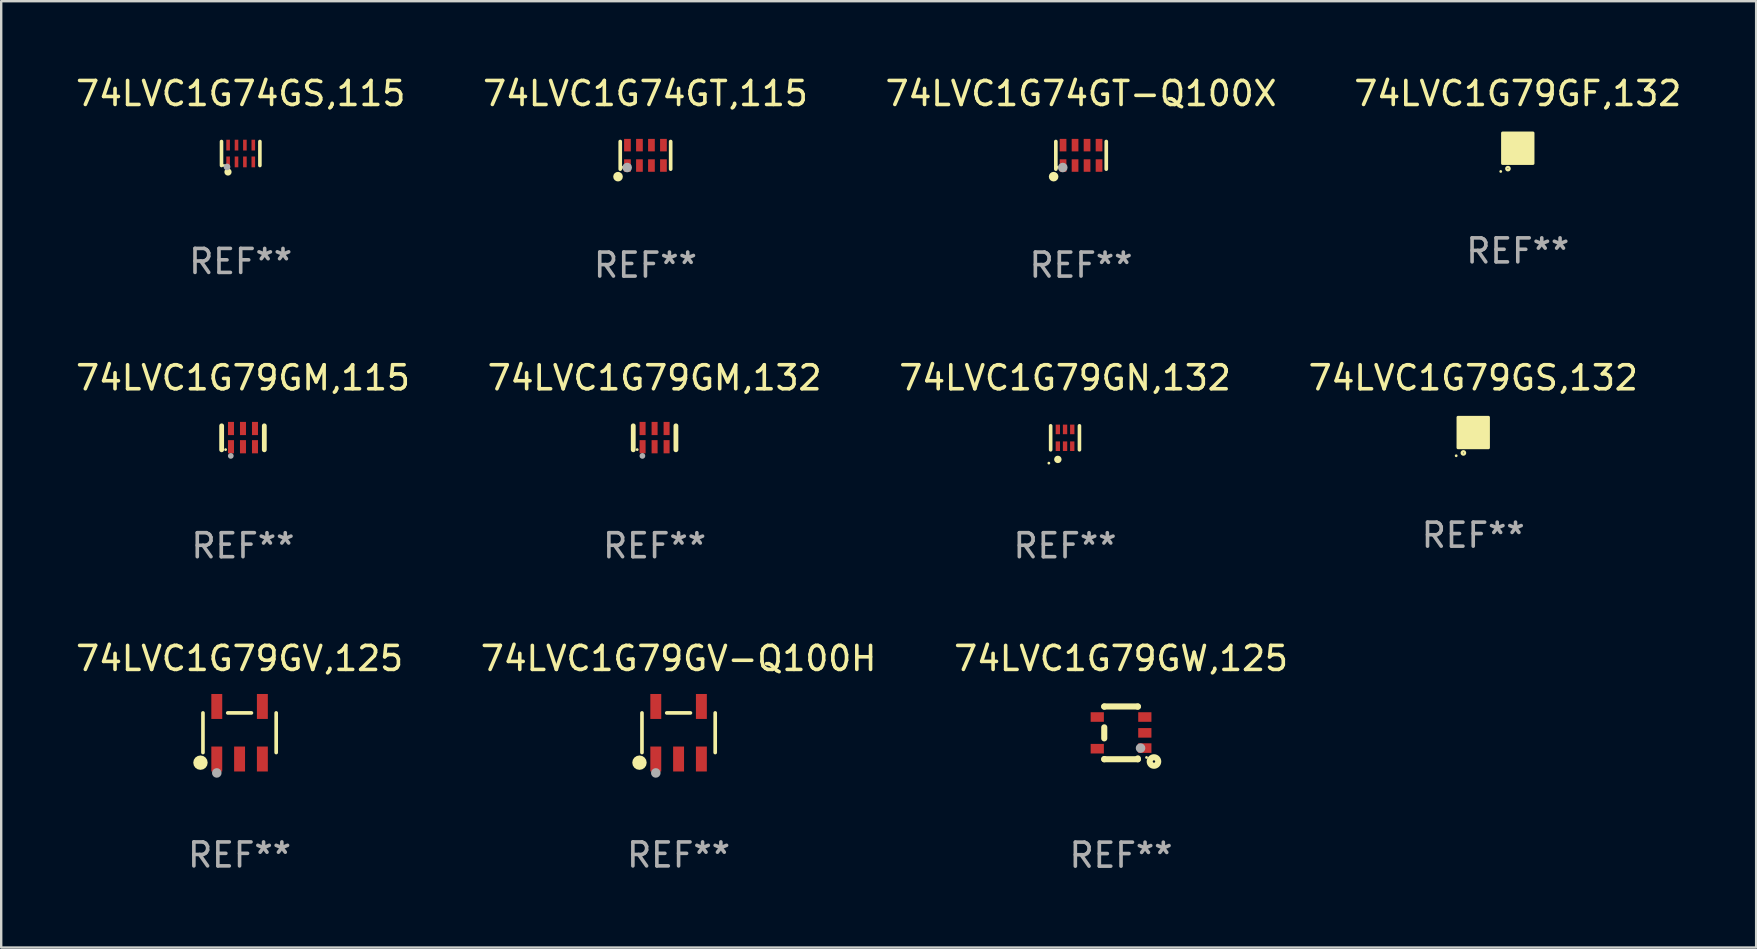
<source format=kicad_pcb>
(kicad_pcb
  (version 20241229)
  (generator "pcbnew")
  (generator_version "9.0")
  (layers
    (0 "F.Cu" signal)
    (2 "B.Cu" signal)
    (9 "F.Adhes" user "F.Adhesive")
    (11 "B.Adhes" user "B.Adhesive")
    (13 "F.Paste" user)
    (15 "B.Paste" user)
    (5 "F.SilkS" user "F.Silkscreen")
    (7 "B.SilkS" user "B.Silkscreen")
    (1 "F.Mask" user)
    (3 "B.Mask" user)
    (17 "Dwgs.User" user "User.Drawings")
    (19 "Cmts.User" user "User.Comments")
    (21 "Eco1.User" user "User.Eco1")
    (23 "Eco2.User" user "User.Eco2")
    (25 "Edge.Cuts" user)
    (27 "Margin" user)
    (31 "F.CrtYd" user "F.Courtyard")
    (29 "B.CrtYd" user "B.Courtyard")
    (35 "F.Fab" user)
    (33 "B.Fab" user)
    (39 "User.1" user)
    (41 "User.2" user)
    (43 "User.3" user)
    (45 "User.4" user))
  (footprint "74LVC1G79GW,125"
    (layer "F.Cu")
    (at 43.673 27.494)
    (property "Reference" "74LVC1G79GW,125" (at 0 -3.1 0) (layer "F.SilkS") (effects (font (size 1 1) (thickness 0.15))))
    (attr through_hole)
    (fp_line (start -0.7 -1.1) (end 0.7 -1.1) (stroke (width 0.254) (type solid)) (layer "F.SilkS"))
    (fp_line (start -0.7 -1.09) (end -0.7 -1.1) (stroke (width 0.254) (type solid)) (layer "F.SilkS"))
    (fp_line (start -0.7 0.23) (end -0.7 -0.23) (stroke (width 0.254) (type solid)) (layer "F.SilkS"))
    (fp_line (start -0.7 1.1) (end -0.7 1.09) (stroke (width 0.254) (type solid)) (layer "F.SilkS"))
    (fp_line (start -0.7 1.1) (end 0.7 1.1) (stroke (width 0.254) (type solid)) (layer "F.SilkS"))
    (fp_line (start 0.7 -1.09) (end 0.7 -1.1) (stroke (width 0.254) (type solid)) (layer "F.SilkS"))
    (fp_line (start 0.7 1.1) (end 0.7 1.065) (stroke (width 0.254) (type solid)) (layer "F.SilkS"))
    (fp_circle (center 1.062 1.025) (end 1.092 1.025) (stroke (width 0.06) (type solid)) (fill no) (layer "F.SilkS"))
    (fp_circle (center 1.372 1.194) (end 1.422 1.194) (stroke (width 0.254) (type solid)) (fill no) (layer "F.SilkS"))
    (fp_circle (center 0.813 0.635) (end 0.913 0.635) (stroke (width 0.2) (type solid)) (fill no) (layer "F.Fab"))
    (fp_text user "REF**" (at 0 5.1 0) (layer "F.Fab") (effects (font (size 1 1) (thickness 0.15))))
    (pad "1" smd rect (at 0.991 0.635 270) (size 0.399 0.551) (layers "F.Cu" "F.Mask" "F.Paste"))
    (pad "2" smd rect (at 0.991 0.000051 270) (size 0.399 0.551) (layers "F.Cu" "F.Mask" "F.Paste"))
    (pad "3" smd rect (at 0.991 -0.66 270) (size 0.399 0.551) (layers "F.Cu" "F.Mask" "F.Paste"))
    (pad "4" smd rect (at -0.991 -0.66 270) (size 0.399 0.551) (layers "F.Cu" "F.Mask" "F.Paste"))
    (pad "5" smd rect (at -0.991 0.66 270) (size 0.399 0.551) (layers "F.Cu" "F.Mask" "F.Paste")))
  (footprint "74LVC1G79GM,115"
    (layer "F.Cu")
    (at 7.077 15.197)
    (property "Reference" "74LVC1G79GM,115" (at 0 -2.5 0) (layer "F.SilkS") (effects (font (size 1 1) (thickness 0.15))))
    (attr through_hole)
    (fp_line (start -0.889 0.5) (end -0.889 -0.5) (stroke (width 0.2) (type solid)) (layer "F.SilkS"))
    (fp_line (start 0.889 0.5) (end 0.889 -0.5) (stroke (width 0.2) (type solid)) (layer "F.SilkS"))
    (fp_circle (center -0.725 0.492) (end -0.695 0.492) (stroke (width 0.06) (type solid)) (fill no) (layer "F.SilkS"))
    (fp_circle (center -0.508 0.754) (end -0.448 0.754) (stroke (width 0.12) (type solid)) (fill no) (layer "F.Fab"))
    (fp_text user "REF**" (at 0 4.5 0) (layer "F.Fab") (effects (font (size 1 1) (thickness 0.15))))
    (pad "1" smd rect (at -0.5 0.372) (size 0.25 0.55) (layers "F.Cu" "F.Mask" "F.Paste"))
    (pad "2" smd rect (at -0.000127 0.372) (size 0.25 0.55) (layers "F.Cu" "F.Mask" "F.Paste"))
    (pad "3" smd rect (at 0.5 0.372) (size 0.25 0.55) (layers "F.Cu" "F.Mask" "F.Paste"))
    (pad "4" smd rect (at 0.5 -0.388 180) (size 0.25 0.55) (layers "F.Cu" "F.Mask" "F.Paste"))
    (pad "5" smd rect (at -0.000127 -0.388 180) (size 0.25 0.55) (layers "F.Cu" "F.Mask" "F.Paste"))
    (pad "6" smd rect (at -0.5 -0.388 180) (size 0.25 0.55) (layers "F.Cu" "F.Mask" "F.Paste")))
  (footprint "74LVC1G79GF,132"
    (layer "F.Cu")
    (at 60.208 3.128)
    (property "Reference" "74LVC1G79GF,132" (at 0 -2.28 0) (layer "F.SilkS") (effects (font (size 1 1) (thickness 0.15))))
    (attr through_hole)
    (fp_circle (center -0.71 0.968) (end -0.68 0.968) (stroke (width 0.06) (type solid)) (fill no) (layer "F.SilkS"))
    (fp_circle (center -0.41 0.85) (end -0.342 0.85) (stroke (width 0.1) (type solid)) (fill no) (layer "F.SilkS"))
    (fp_poly (pts (xy -0.635 -0.635) (xy 0.635 -0.635) (xy 0.635 0.635) (xy -0.635 0.635)) (stroke (width 0.12) (type solid)) (fill yes) (layer "F.SilkS"))
    (fp_text user "REF**" (at 0 4.28 0) (layer "F.Fab") (effects (font (size 1 1) (thickness 0.15))))
    (pad "1" smd rect (at -0.35 0.28 90) (size 0.35 0.2) (layers "F.Cu" "F.Mask" "F.Paste"))
    (pad "2" smd rect (at 0 0.28 90) (size 0.35 0.2) (layers "F.Cu" "F.Mask" "F.Paste"))
    (pad "3" smd rect (at 0.35 0.28 90) (size 0.35 0.2) (layers "F.Cu" "F.Mask" "F.Paste"))
    (pad "4" smd rect (at 0.35 -0.28 90) (size 0.35 0.2) (layers "F.Cu" "F.Mask" "F.Paste"))
    (pad "5" smd rect (at 0 -0.28 90) (size 0.35 0.2) (layers "F.Cu" "F.Mask" "F.Paste"))
    (pad "6" smd rect (at -0.35 -0.28 90) (size 0.35 0.2) (layers "F.Cu" "F.Mask" "F.Paste")))
  (footprint "74LVC1G74GT,115"
    (layer "F.Cu")
    (at 23.851 3.424)
    (property "Reference" "74LVC1G74GT,115" (at 0 -2.576 0) (layer "F.SilkS") (effects (font (size 1 1) (thickness 0.15))))
    (attr through_hole)
    (fp_line (start -1.051 0.576) (end -1.051 -0.576) (stroke (width 0.152) (type solid)) (layer "F.SilkS"))
    (fp_line (start 1.051 -0.576) (end 1.051 0.576) (stroke (width 0.152) (type solid)) (layer "F.SilkS"))
    (fp_circle (center -1.143 0.889) (end -1.043 0.889) (stroke (width 0.2) (type solid)) (fill no) (layer "F.SilkS"))
    (fp_circle (center -0.975 0.5) (end -0.945 0.5) (stroke (width 0.06) (type solid)) (fill no) (layer "F.SilkS"))
    (fp_circle (center -0.762 0.508) (end -0.662 0.508) (stroke (width 0.2) (type solid)) (fill no) (layer "F.Fab"))
    (fp_text user "REF**" (at 0 4.576 0) (layer "F.Fab") (effects (font (size 1 1) (thickness 0.15))))
    (pad "1" smd rect (at -0.75 0.425) (size 0.28 0.521) (layers "F.Cu" "F.Mask" "F.Paste"))
    (pad "2" smd rect (at -0.25 0.425) (size 0.28 0.521) (layers "F.Cu" "F.Mask" "F.Paste"))
    (pad "3" smd rect (at 0.25 0.425) (size 0.28 0.521) (layers "F.Cu" "F.Mask" "F.Paste"))
    (pad "4" smd rect (at 0.75 0.425) (size 0.28 0.521) (layers "F.Cu" "F.Mask" "F.Paste"))
    (pad "5" smd rect (at 0.75 -0.425) (size 0.28 0.521) (layers "F.Cu" "F.Mask" "F.Paste"))
    (pad "6" smd rect (at 0.25 -0.425) (size 0.28 0.521) (layers "F.Cu" "F.Mask" "F.Paste"))
    (pad "7" smd rect (at -0.25 -0.425) (size 0.28 0.521) (layers "F.Cu" "F.Mask" "F.Paste"))
    (pad "8" smd rect (at -0.75 -0.425) (size 0.28 0.521) (layers "F.Cu" "F.Mask" "F.Paste")))
  (footprint "74LVC1G74GT-Q100X"
    (layer "F.Cu")
    (at 42.006 3.424)
    (property "Reference" "74LVC1G74GT-Q100X" (at 0 -2.576 0) (layer "F.SilkS") (effects (font (size 1 1) (thickness 0.15))))
    (attr through_hole)
    (fp_line (start -1.051 0.576) (end -1.051 -0.576) (stroke (width 0.152) (type solid)) (layer "F.SilkS"))
    (fp_line (start 1.051 -0.576) (end 1.051 0.576) (stroke (width 0.152) (type solid)) (layer "F.SilkS"))
    (fp_circle (center -1.143 0.889) (end -1.043 0.889) (stroke (width 0.2) (type solid)) (fill no) (layer "F.SilkS"))
    (fp_circle (center -0.975 0.5) (end -0.945 0.5) (stroke (width 0.06) (type solid)) (fill no) (layer "F.SilkS"))
    (fp_circle (center -0.762 0.508) (end -0.662 0.508) (stroke (width 0.2) (type solid)) (fill no) (layer "F.Fab"))
    (fp_text user "REF**" (at 0 4.576 0) (layer "F.Fab") (effects (font (size 1 1) (thickness 0.15))))
    (pad "1" smd rect (at -0.75 0.425) (size 0.28 0.521) (layers "F.Cu" "F.Mask" "F.Paste"))
    (pad "2" smd rect (at -0.25 0.425) (size 0.28 0.521) (layers "F.Cu" "F.Mask" "F.Paste"))
    (pad "3" smd rect (at 0.25 0.425) (size 0.28 0.521) (layers "F.Cu" "F.Mask" "F.Paste"))
    (pad "4" smd rect (at 0.75 0.425) (size 0.28 0.521) (layers "F.Cu" "F.Mask" "F.Paste"))
    (pad "5" smd rect (at 0.75 -0.425) (size 0.28 0.521) (layers "F.Cu" "F.Mask" "F.Paste"))
    (pad "6" smd rect (at 0.25 -0.425) (size 0.28 0.521) (layers "F.Cu" "F.Mask" "F.Paste"))
    (pad "7" smd rect (at -0.25 -0.425) (size 0.28 0.521) (layers "F.Cu" "F.Mask" "F.Paste"))
    (pad "8" smd rect (at -0.75 -0.425) (size 0.28 0.521) (layers "F.Cu" "F.Mask" "F.Paste")))
  (footprint "74LVC1G79GV-Q100H"
    (layer "F.Cu")
    (at 25.232 27.489)
    (property "Reference" "74LVC1G79GV-Q100H" (at 0 -3.095 0) (layer "F.SilkS") (effects (font (size 1 1) (thickness 0.15))))
    (attr through_hole)
    (fp_line (start -1.526 0.826) (end -1.526 -0.826) (stroke (width 0.152) (type solid)) (layer "F.SilkS"))
    (fp_line (start 0.494 -0.826) (end -0.494 -0.826) (stroke (width 0.152) (type solid)) (layer "F.SilkS"))
    (fp_line (start 1.526 0.826) (end 1.526 -0.826) (stroke (width 0.152) (type solid)) (layer "F.SilkS"))
    (fp_circle (center -1.63 1.247) (end -1.48 1.247) (stroke (width 0.3) (type solid)) (fill no) (layer "F.SilkS"))
    (fp_circle (center -1.45 1.375) (end -1.42 1.375) (stroke (width 0.06) (type solid)) (fill no) (layer "F.SilkS"))
    (fp_circle (center -0.95 1.675) (end -0.85 1.675) (stroke (width 0.2) (type solid)) (fill no) (layer "F.Fab"))
    (fp_text user "REF**" (at 0 5.095 0) (layer "F.Fab") (effects (font (size 1 1) (thickness 0.15))))
    (pad "1" smd rect (at -0.95 1.095) (size 0.455 1.04) (layers "F.Cu" "F.Mask" "F.Paste"))
    (pad "2" smd rect (at 0 1.095) (size 0.455 1.04) (layers "F.Cu" "F.Mask" "F.Paste"))
    (pad "3" smd rect (at 0.95 1.095) (size 0.455 1.04) (layers "F.Cu" "F.Mask" "F.Paste"))
    (pad "4" smd rect (at 0.95 -1.095) (size 0.455 1.04) (layers "F.Cu" "F.Mask" "F.Paste"))
    (pad "5" smd rect (at -0.95 -1.095) (size 0.455 1.04) (layers "F.Cu" "F.Mask" "F.Paste")))
  (footprint "74LVC1G79GM,132"
    (layer "F.Cu")
    (at 24.232 15.197)
    (property "Reference" "74LVC1G79GM,132" (at 0 -2.5 0) (layer "F.SilkS") (effects (font (size 1 1) (thickness 0.15))))
    (attr through_hole)
    (fp_line (start -0.889 0.5) (end -0.889 -0.5) (stroke (width 0.2) (type solid)) (layer "F.SilkS"))
    (fp_line (start 0.889 0.5) (end 0.889 -0.5) (stroke (width 0.2) (type solid)) (layer "F.SilkS"))
    (fp_circle (center -0.725 0.492) (end -0.695 0.492) (stroke (width 0.06) (type solid)) (fill no) (layer "F.SilkS"))
    (fp_circle (center -0.508 0.754) (end -0.448 0.754) (stroke (width 0.12) (type solid)) (fill no) (layer "F.Fab"))
    (fp_text user "REF**" (at 0 4.5 0) (layer "F.Fab") (effects (font (size 1 1) (thickness 0.15))))
    (pad "1" smd rect (at -0.5 0.372) (size 0.25 0.55) (layers "F.Cu" "F.Mask" "F.Paste"))
    (pad "2" smd rect (at -0.000127 0.372) (size 0.25 0.55) (layers "F.Cu" "F.Mask" "F.Paste"))
    (pad "3" smd rect (at 0.5 0.372) (size 0.25 0.55) (layers "F.Cu" "F.Mask" "F.Paste"))
    (pad "4" smd rect (at 0.5 -0.388 180) (size 0.25 0.55) (layers "F.Cu" "F.Mask" "F.Paste"))
    (pad "5" smd rect (at -0.000127 -0.388 180) (size 0.25 0.55) (layers "F.Cu" "F.Mask" "F.Paste"))
    (pad "6" smd rect (at -0.5 -0.388 180) (size 0.25 0.55) (layers "F.Cu" "F.Mask" "F.Paste")))
  (footprint "74LVC1G79GV,125"
    (layer "F.Cu")
    (at 6.935 27.489)
    (property "Reference" "74LVC1G79GV,125" (at 0 -3.095 0) (layer "F.SilkS") (effects (font (size 1 1) (thickness 0.15))))
    (attr through_hole)
    (fp_line (start -1.526 0.826) (end -1.526 -0.826) (stroke (width 0.152) (type solid)) (layer "F.SilkS"))
    (fp_line (start 0.494 -0.826) (end -0.494 -0.826) (stroke (width 0.152) (type solid)) (layer "F.SilkS"))
    (fp_line (start 1.526 0.826) (end 1.526 -0.826) (stroke (width 0.152) (type solid)) (layer "F.SilkS"))
    (fp_circle (center -1.63 1.247) (end -1.48 1.247) (stroke (width 0.3) (type solid)) (fill no) (layer "F.SilkS"))
    (fp_circle (center -1.45 1.375) (end -1.42 1.375) (stroke (width 0.06) (type solid)) (fill no) (layer "F.SilkS"))
    (fp_circle (center -0.95 1.675) (end -0.85 1.675) (stroke (width 0.2) (type solid)) (fill no) (layer "F.Fab"))
    (fp_text user "REF**" (at 0 5.095 0) (layer "F.Fab") (effects (font (size 1 1) (thickness 0.15))))
    (pad "1" smd rect (at -0.95 1.095) (size 0.455 1.04) (layers "F.Cu" "F.Mask" "F.Paste"))
    (pad "2" smd rect (at 0 1.095) (size 0.455 1.04) (layers "F.Cu" "F.Mask" "F.Paste"))
    (pad "3" smd rect (at 0.95 1.095) (size 0.455 1.04) (layers "F.Cu" "F.Mask" "F.Paste"))
    (pad "4" smd rect (at 0.95 -1.095) (size 0.455 1.04) (layers "F.Cu" "F.Mask" "F.Paste"))
    (pad "5" smd rect (at -0.95 -1.095) (size 0.455 1.04) (layers "F.Cu" "F.Mask" "F.Paste")))
  (footprint "74LVC1G79GN,132"
    (layer "F.Cu")
    (at 41.339 15.197)
    (property "Reference" "74LVC1G79GN,132" (at 0 -2.5 0) (layer "F.SilkS") (effects (font (size 1 1) (thickness 0.15))))
    (attr through_hole)
    (fp_line (start -0.6 -0.5) (end -0.6 0.5) (stroke (width 0.15) (type solid)) (layer "F.SilkS"))
    (fp_line (start 0.6 0.5) (end 0.6 -0.5) (stroke (width 0.15) (type solid)) (layer "F.SilkS"))
    (fp_circle (center -0.675 1.055) (end -0.645 1.055) (stroke (width 0.06) (type solid)) (fill no) (layer "F.SilkS"))
    (fp_circle (center -0.3 0.9) (end -0.22 0.9) (stroke (width 0.15) (type solid)) (fill no) (layer "F.SilkS"))
    (fp_text user "REF**" (at 0 4.5 0) (layer "F.Fab") (effects (font (size 1 1) (thickness 0.15))))
    (pad "1" smd rect (at -0.3 0.35) (size 0.18 0.4) (layers "F.Cu" "F.Mask" "F.Paste"))
    (pad "2" smd rect (at 0.000025 0.35) (size 0.18 0.4) (layers "F.Cu" "F.Mask" "F.Paste"))
    (pad "3" smd rect (at 0.3 0.35) (size 0.18 0.4) (layers "F.Cu" "F.Mask" "F.Paste"))
    (pad "4" smd rect (at 0.3 -0.35) (size 0.18 0.4) (layers "F.Cu" "F.Mask" "F.Paste"))
    (pad "5" smd rect (at 0.000025 -0.35) (size 0.18 0.4) (layers "F.Cu" "F.Mask" "F.Paste"))
    (pad "6" smd rect (at -0.3 -0.35) (size 0.18 0.4) (layers "F.Cu" "F.Mask" "F.Paste")))
  (footprint "74LVC1G74GS,115"
    (layer "F.Cu")
    (at 6.982 3.348)
    (property "Reference" "74LVC1G74GS,115" (at 0 -2.5 0) (layer "F.SilkS") (effects (font (size 1 1) (thickness 0.15))))
    (attr through_hole)
    (fp_line (start -0.8 -0.5) (end -0.8 0.5) (stroke (width 0.15) (type solid)) (layer "F.SilkS"))
    (fp_line (start 0.8 -0.5) (end 0.8 0.5) (stroke (width 0.15) (type solid)) (layer "F.SilkS"))
    (fp_circle (center -0.7 0.5) (end -0.67 0.5) (stroke (width 0.06) (type solid)) (fill no) (layer "F.SilkS"))
    (fp_circle (center -0.53 0.77) (end -0.454 0.77) (stroke (width 0.15) (type solid)) (fill no) (layer "F.SilkS"))
    (fp_circle (center -0.57 0.56) (end -0.5 0.56) (stroke (width 0.14) (type solid)) (fill no) (layer "F.Fab"))
    (fp_text user "REF**" (at 0 4.5 0) (layer "F.Fab") (effects (font (size 1 1) (thickness 0.15))))
    (pad "1" smd rect (at -0.525 0.35) (size 0.15 0.45) (layers "F.Cu" "F.Mask" "F.Paste"))
    (pad "2" smd rect (at -0.175 0.35) (size 0.15 0.45) (layers "F.Cu" "F.Mask" "F.Paste"))
    (pad "3" smd rect (at 0.175 0.35) (size 0.15 0.45) (layers "F.Cu" "F.Mask" "F.Paste"))
    (pad "4" smd rect (at 0.525 0.35) (size 0.15 0.45) (layers "F.Cu" "F.Mask" "F.Paste"))
    (pad "5" smd rect (at 0.525 -0.35) (size 0.15 0.45) (layers "F.Cu" "F.Mask" "F.Paste"))
    (pad "6" smd rect (at 0.175 -0.35) (size 0.15 0.45) (layers "F.Cu" "F.Mask" "F.Paste"))
    (pad "7" smd rect (at -0.175 -0.35) (size 0.15 0.45) (layers "F.Cu" "F.Mask" "F.Paste"))
    (pad "8" smd rect (at -0.525 -0.35) (size 0.15 0.45) (layers "F.Cu" "F.Mask" "F.Paste")))
  (footprint "74LVC1G79GS,132"
    (layer "F.Cu")
    (at 58.351 14.977)
    (property "Reference" "74LVC1G79GS,132" (at 0 -2.28 0) (layer "F.SilkS") (effects (font (size 1 1) (thickness 0.15))))
    (attr through_hole)
    (fp_circle (center -0.71 0.968) (end -0.68 0.968) (stroke (width 0.06) (type solid)) (fill no) (layer "F.SilkS"))
    (fp_circle (center -0.41 0.85) (end -0.342 0.85) (stroke (width 0.1) (type solid)) (fill no) (layer "F.SilkS"))
    (fp_poly (pts (xy -0.635 -0.635) (xy 0.635 -0.635) (xy 0.635 0.635) (xy -0.635 0.635)) (stroke (width 0.12) (type solid)) (fill yes) (layer "F.SilkS"))
    (fp_text user "REF**" (at 0 4.28 0) (layer "F.Fab") (effects (font (size 1 1) (thickness 0.15))))
    (pad "1" smd rect (at -0.35 0.28 90) (size 0.35 0.2) (layers "F.Cu" "F.Mask" "F.Paste"))
    (pad "2" smd rect (at 0 0.28 90) (size 0.35 0.2) (layers "F.Cu" "F.Mask" "F.Paste"))
    (pad "3" smd rect (at 0.35 0.28 90) (size 0.35 0.2) (layers "F.Cu" "F.Mask" "F.Paste"))
    (pad "4" smd rect (at 0.35 -0.28 90) (size 0.35 0.2) (layers "F.Cu" "F.Mask" "F.Paste"))
    (pad "5" smd rect (at 0 -0.28 90) (size 0.35 0.2) (layers "F.Cu" "F.Mask" "F.Paste"))
    (pad "6" smd rect (at -0.35 -0.28 90) (size 0.35 0.2) (layers "F.Cu" "F.Mask" "F.Paste")))
  (gr_rect
    (start -3 -3)
    (end 70.143 36.442)
    (stroke (width 0.1) (type default))
    (fill no)
    (layer "Edge.Cuts")))
</source>
